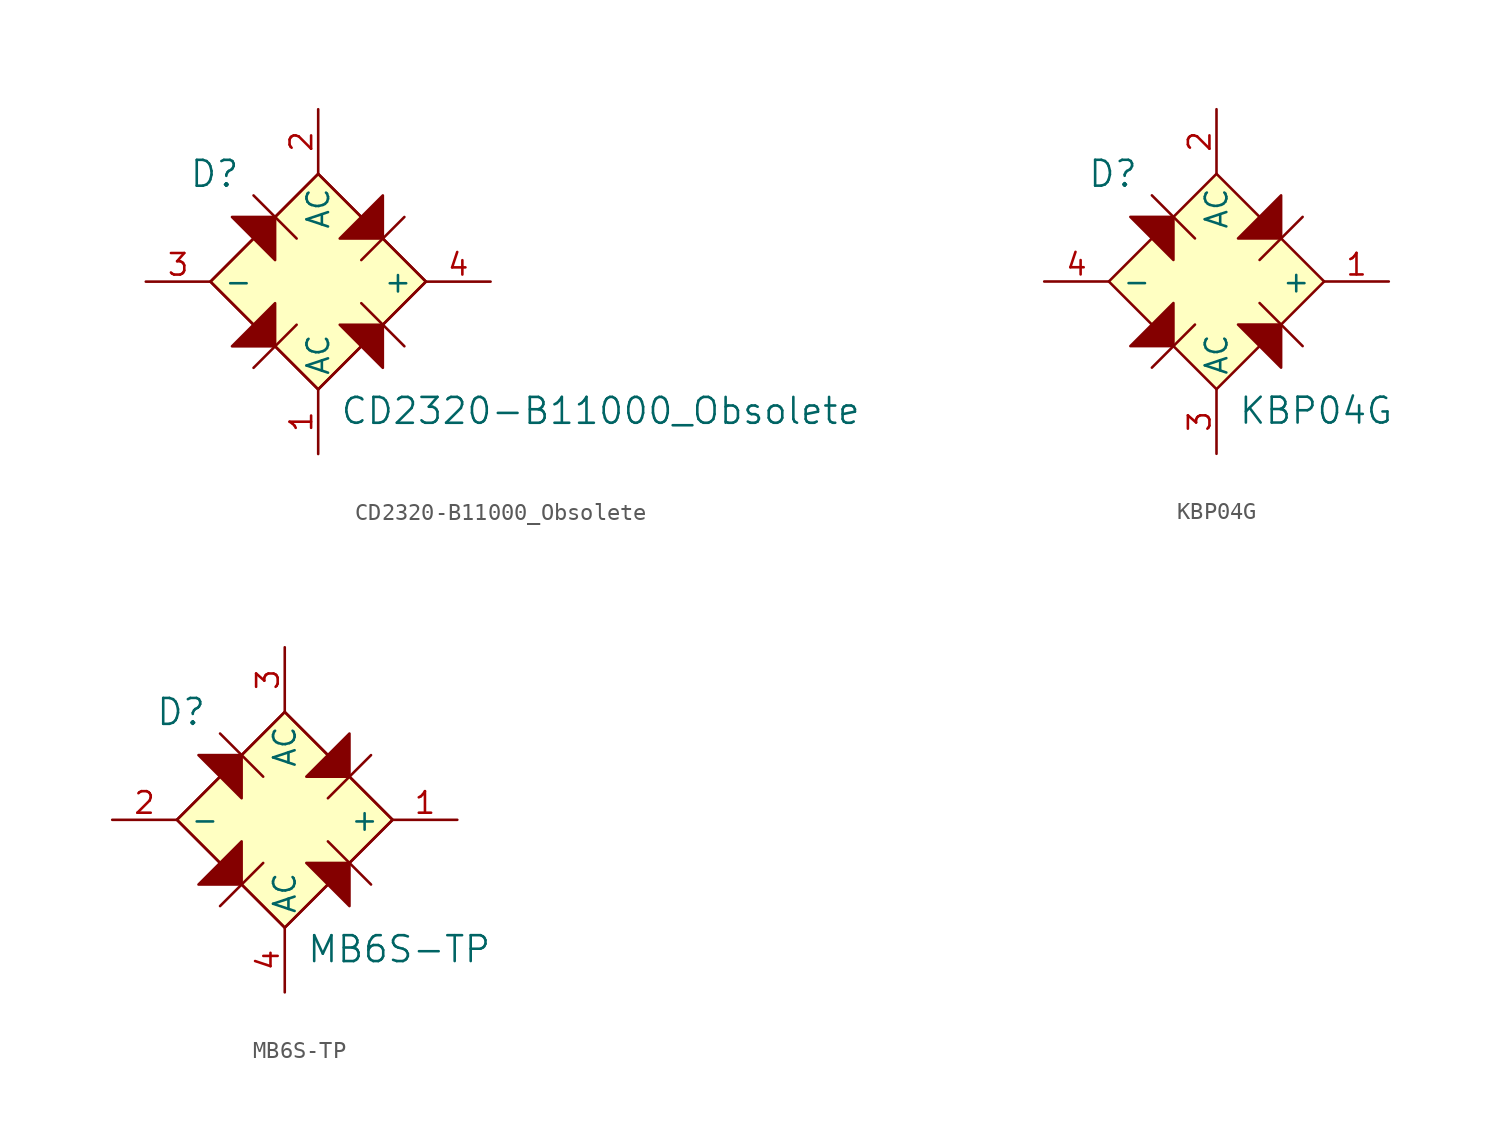
<source format=kicad_sym>
(kicad_symbol_lib
  (version 20220914)
  (generator kicad_symbol_editor)
  (symbol "CD2320-B11000_Obsolete"
    (pin_names
      (offset 0.762))
    (property "Reference" "D"
      (at -7.62 6.35 0)
      (effects (font (size 1.524 1.524)) (justify left)))
    (property "Value" "CD2320-B11000_Obsolete"
      (at 1.27 -7.62 0)
      (effects (font (size 1.524 1.524)) (justify left)))
    (symbol "CD2320-B11000_Obsolete_0_1"
      (polyline (pts (xy -3.81 5.08) (xy -1.27 2.54)) (stroke (width 0) (type default)) (fill (type none)))
      (polyline (pts (xy -1.27 -2.54) (xy -3.81 -5.08)) (stroke (width 0) (type default)) (fill (type none)))
      (polyline (pts (xy 2.54 -1.27) (xy 5.08 -3.81)) (stroke (width 0) (type default)) (fill (type none)))
      (polyline (pts (xy 5.08 3.81) (xy 2.54 1.27)) (stroke (width 0) (type default)) (fill (type none)))
      (polyline (pts (xy -3.81 2.54) (xy -6.35 0) (xy -3.81 -2.54)) (stroke (width 0) (type default)) (fill (type none)))
      (polyline (pts (xy -2.54 3.81) (xy 0 6.35) (xy 2.54 3.81)) (stroke (width 0) (type default)) (fill (type none)))
      (polyline (pts (xy 2.54 -3.81) (xy 0 -6.35) (xy -2.54 -3.81)) (stroke (width 0) (type default)) (fill (type none)))
      (polyline (pts (xy 3.81 2.54) (xy 6.35 0) (xy 3.81 -2.54)) (stroke (width 0) (type default)) (fill (type none)))
      (polyline (pts (xy -2.54 1.27) (xy -2.54 3.81) (xy -5.08 3.81) (xy -2.54 1.27)) (stroke (width 0) (type default)) (fill (type outline)))
      (polyline (pts (xy 1.27 -2.54) (xy 3.81 -2.54) (xy 3.81 -5.08) (xy 1.27 -2.54)) (stroke (width 0) (type default)) (fill (type outline)))
      (polyline (pts (xy 1.27 2.54) (xy 3.81 2.54) (xy 3.81 5.08) (xy 1.27 2.54)) (stroke (width 0) (type default)) (fill (type outline)))
      (polyline (pts (xy -2.54 -3.81) (xy -2.54 -1.27) (xy -3.81 -2.54) (xy -5.08 -3.81) (xy -2.54 -3.81)) (stroke (width 0) (type default)) (fill (type outline)))
      (polyline (pts (xy 6.35 0) (xy 0 -6.35) (xy -6.35 0) (xy 0 6.35) (xy 6.35 0)) (stroke (width 0) (type default)) (fill (type background))))
    (symbol "CD2320-B11000_Obsolete_1_1"
      (pin power_in line (at 0 -10.16 90) (length 3.81) (name "AC" (effects (font (size 1.27 1.27)))) (number "1" (effects (font (size 1.27 1.27)))))
      (pin power_in line (at 0 10.16 270) (length 3.81) (name "AC" (effects (font (size 1.27 1.27)))) (number "2" (effects (font (size 1.27 1.27)))))
      (pin power_out line (at -10.16 0 0) (length 3.81) (name "-" (effects (font (size 1.27 1.27)))) (number "3" (effects (font (size 1.27 1.27)))))
      (pin power_out line (at 10.16 0 180) (length 3.81) (name "+" (effects (font (size 1.27 1.27)))) (number "4" (effects (font (size 1.27 1.27)))))))
  (symbol "KBP04G"
    (pin_names
      (offset 0.762))
    (property "Reference" "D"
      (at -7.62 6.35 0)
      (effects (font (size 1.524 1.524)) (justify left)))
    (property "Value" "KBP04G"
      (at 1.27 -7.62 0)
      (effects (font (size 1.524 1.524)) (justify left)))
    (symbol "KBP04G_0_1"
      (polyline (pts (xy -3.81 5.08) (xy -1.27 2.54)) (stroke (width 0) (type default)) (fill (type none)))
      (polyline (pts (xy -1.27 -2.54) (xy -3.81 -5.08)) (stroke (width 0) (type default)) (fill (type none)))
      (polyline (pts (xy 2.54 -1.27) (xy 5.08 -3.81)) (stroke (width 0) (type default)) (fill (type none)))
      (polyline (pts (xy 5.08 3.81) (xy 2.54 1.27)) (stroke (width 0) (type default)) (fill (type none)))
      (polyline (pts (xy -5.08 -3.81) (xy -2.54 -1.27) (xy -2.54 -3.81) (xy -5.08 -3.81)) (stroke (width 0) (type default)) (fill (type outline)))
      (polyline (pts (xy -5.08 3.81) (xy -2.54 1.27) (xy -2.54 3.81) (xy -5.08 3.81)) (stroke (width 0) (type default)) (fill (type outline)))
      (polyline (pts (xy 1.27 -2.54) (xy 3.81 -5.08) (xy 3.81 -2.54) (xy 1.27 -2.54)) (stroke (width 0) (type default)) (fill (type outline)))
      (polyline (pts (xy 1.27 2.54) (xy 3.81 5.08) (xy 3.81 2.54) (xy 1.27 2.54)) (stroke (width 0) (type default)) (fill (type outline)))
      (polyline (pts (xy 0 -6.35) (xy -6.35 0) (xy 0 6.35) (xy 6.35 0) (xy 0 -6.35)) (stroke (width 0) (type default)) (fill (type background))))
    (symbol "KBP04G_1_1"
      (pin power_out line (at 10.16 0 180) (length 3.81) (name "+" (effects (font (size 1.27 1.27)))) (number "1" (effects (font (size 1.27 1.27)))))
      (pin power_in line (at 0 10.16 270) (length 3.81) (name "AC" (effects (font (size 1.27 1.27)))) (number "2" (effects (font (size 1.27 1.27)))))
      (pin power_in line (at 0 -10.16 90) (length 3.81) (name "AC" (effects (font (size 1.27 1.27)))) (number "3" (effects (font (size 1.27 1.27)))))
      (pin power_out line (at -10.16 0 0) (length 3.81) (name "-" (effects (font (size 1.27 1.27)))) (number "4" (effects (font (size 1.27 1.27)))))))
  (symbol "MB6S-TP"
    (pin_names
      (offset 0.762))
    (property "Reference" "D"
      (at -7.62 6.35 0)
      (effects (font (size 1.524 1.524)) (justify left)))
    (property "Value" "MB6S-TP"
      (at 1.27 -7.62 0)
      (effects (font (size 1.524 1.524)) (justify left)))
    (symbol "MB6S-TP_0_1"
      (polyline (pts (xy -3.81 5.08) (xy -1.27 2.54)) (stroke (width 0) (type default)) (fill (type none)))
      (polyline (pts (xy -1.27 -2.54) (xy -3.81 -5.08)) (stroke (width 0) (type default)) (fill (type none)))
      (polyline (pts (xy 2.54 -1.27) (xy 5.08 -3.81)) (stroke (width 0) (type default)) (fill (type none)))
      (polyline (pts (xy 5.08 3.81) (xy 2.54 1.27)) (stroke (width 0) (type default)) (fill (type none)))
      (polyline (pts (xy -3.81 2.54) (xy -6.35 0) (xy -3.81 -2.54)) (stroke (width 0) (type default)) (fill (type none)))
      (polyline (pts (xy -2.54 3.81) (xy 0 6.35) (xy 2.54 3.81)) (stroke (width 0) (type default)) (fill (type none)))
      (polyline (pts (xy 2.54 -3.81) (xy 0 -6.35) (xy -2.54 -3.81)) (stroke (width 0) (type default)) (fill (type none)))
      (polyline (pts (xy 3.81 2.54) (xy 6.35 0) (xy 3.81 -2.54)) (stroke (width 0) (type default)) (fill (type none)))
      (polyline (pts (xy -2.54 1.27) (xy -2.54 3.81) (xy -5.08 3.81) (xy -2.54 1.27)) (stroke (width 0) (type default)) (fill (type outline)))
      (polyline (pts (xy 1.27 -2.54) (xy 3.81 -2.54) (xy 3.81 -5.08) (xy 1.27 -2.54)) (stroke (width 0) (type default)) (fill (type outline)))
      (polyline (pts (xy 1.27 2.54) (xy 3.81 2.54) (xy 3.81 5.08) (xy 1.27 2.54)) (stroke (width 0) (type default)) (fill (type outline)))
      (polyline (pts (xy -6.35 0) (xy 0 -6.35) (xy 6.35 0) (xy 0 6.35) (xy -6.35 0)) (stroke (width 0) (type default)) (fill (type background)))
      (polyline (pts (xy -2.54 -3.81) (xy -2.54 -1.27) (xy -3.81 -2.54) (xy -5.08 -3.81) (xy -2.54 -3.81)) (stroke (width 0) (type default)) (fill (type outline))))
    (symbol "MB6S-TP_1_1"
      (pin power_out line (at 10.16 0 180) (length 3.81) (name "+" (effects (font (size 1.27 1.27)))) (number "1" (effects (font (size 1.27 1.27)))))
      (pin power_out line (at -10.16 0 0) (length 3.81) (name "-" (effects (font (size 1.27 1.27)))) (number "2" (effects (font (size 1.27 1.27)))))
      (pin power_in line (at 0 10.16 270) (length 3.81) (name "AC" (effects (font (size 1.27 1.27)))) (number "3" (effects (font (size 1.27 1.27)))))
      (pin power_in line (at 0 -10.16 90) (length 3.81) (name "AC" (effects (font (size 1.27 1.27)))) (number "4" (effects (font (size 1.27 1.27))))))))
</source>
